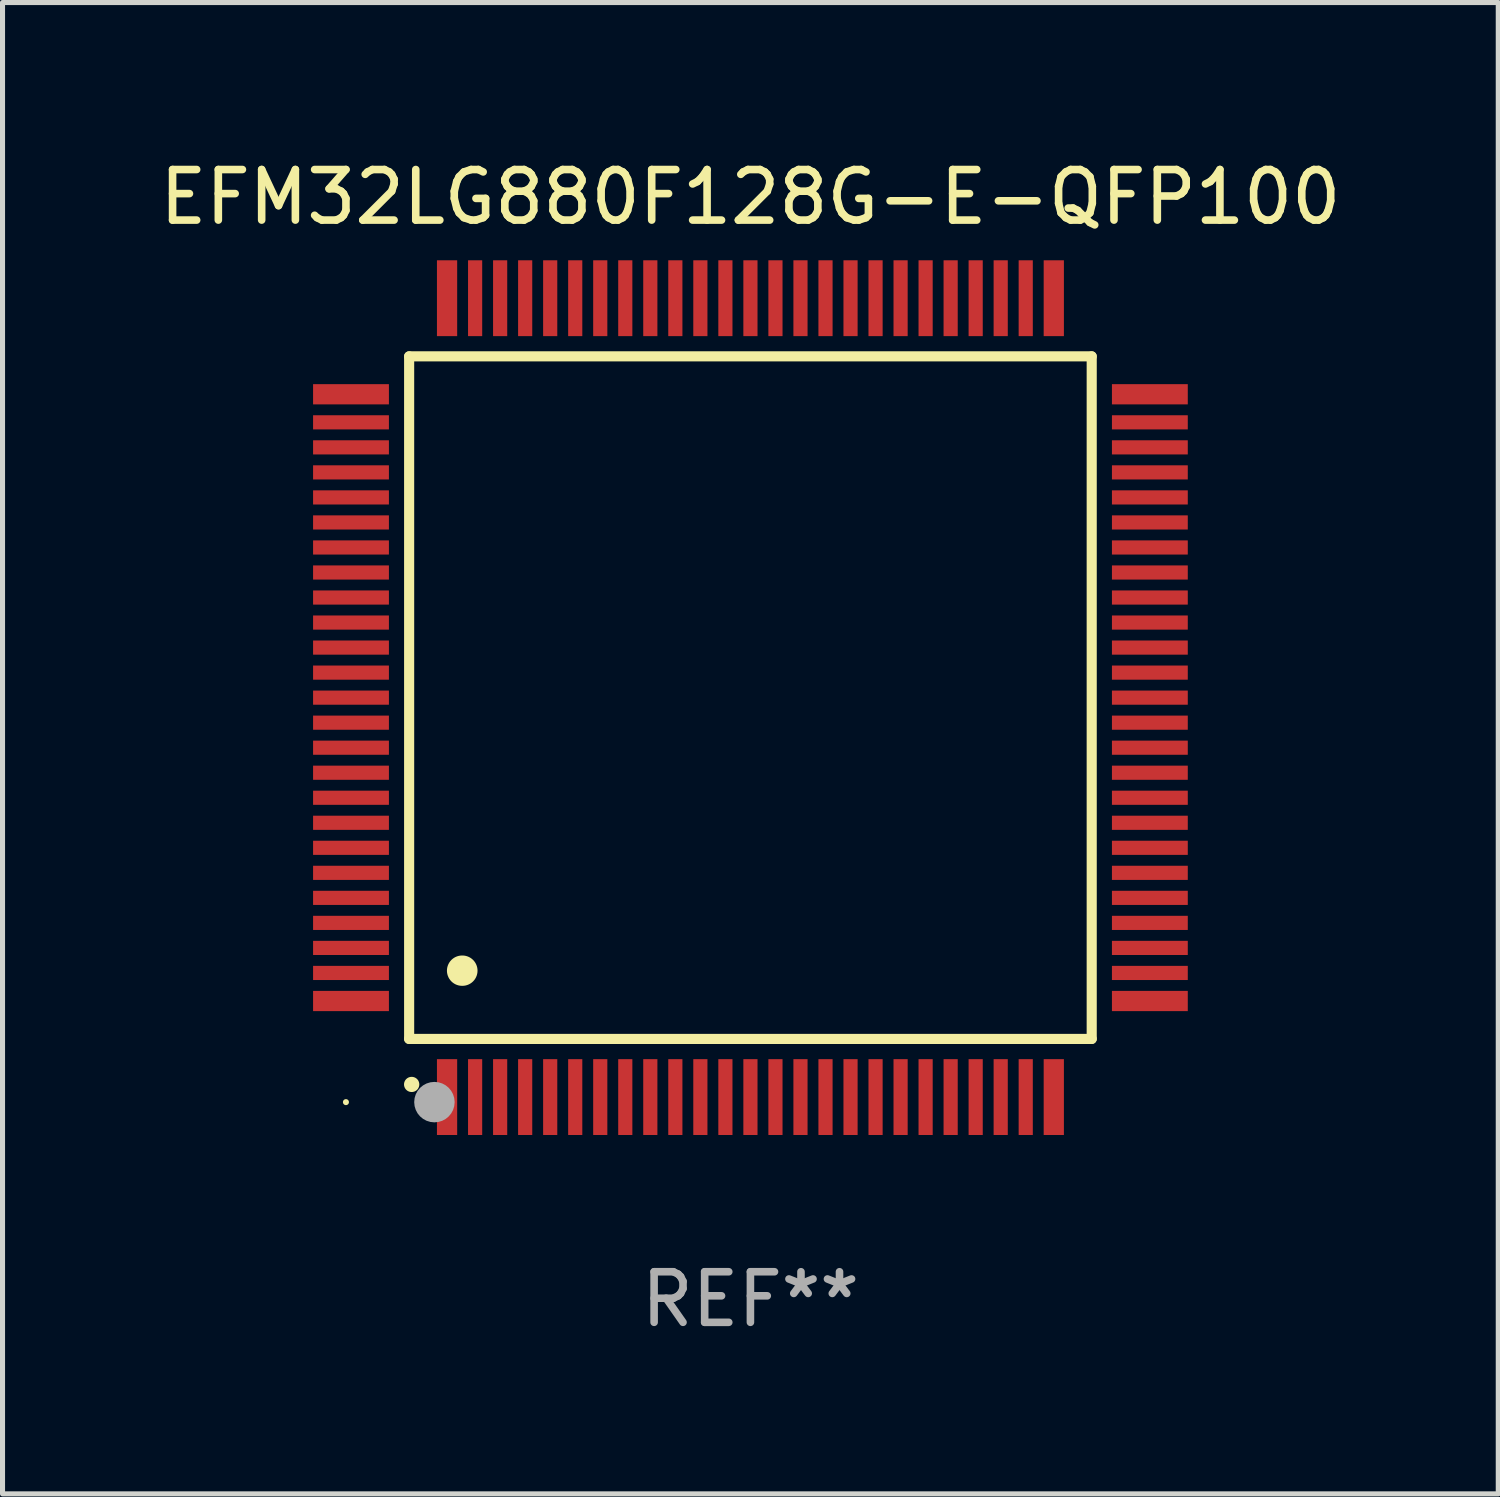
<source format=kicad_pcb>
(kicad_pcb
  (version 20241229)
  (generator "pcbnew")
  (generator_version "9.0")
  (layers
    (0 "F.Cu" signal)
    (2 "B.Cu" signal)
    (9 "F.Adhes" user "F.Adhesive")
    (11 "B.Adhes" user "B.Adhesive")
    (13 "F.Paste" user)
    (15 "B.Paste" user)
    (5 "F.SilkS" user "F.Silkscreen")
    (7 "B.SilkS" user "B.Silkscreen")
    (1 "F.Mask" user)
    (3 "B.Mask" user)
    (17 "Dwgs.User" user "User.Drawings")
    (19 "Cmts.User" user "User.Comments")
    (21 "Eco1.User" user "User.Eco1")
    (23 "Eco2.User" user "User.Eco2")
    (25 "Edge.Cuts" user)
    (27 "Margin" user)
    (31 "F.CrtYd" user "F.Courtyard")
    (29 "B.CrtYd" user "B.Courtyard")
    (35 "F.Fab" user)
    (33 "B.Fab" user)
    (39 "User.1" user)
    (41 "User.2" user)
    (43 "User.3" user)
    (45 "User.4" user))
  (footprint "EFM32LG880F128G-E-QFP100"
    (layer "F.Cu")
    (at 11.792 10.748)
    (property "Reference" "EFM32LG880F128G-E-QFP100" (at 0 -9.9 0) (layer "F.SilkS") (effects (font (size 1 1) (thickness 0.15))))
    (attr through_hole)
    (fp_line (start -6.75 -6.75) (end -6.75 6.75) (stroke (width 0.2) (type solid)) (layer "F.SilkS"))
    (fp_line (start -6.75 6.75) (end 6.75 6.75) (stroke (width 0.2) (type solid)) (layer "F.SilkS"))
    (fp_line (start 6.75 -6.75) (end -6.75 -6.75) (stroke (width 0.2) (type solid)) (layer "F.SilkS"))
    (fp_line (start 6.75 6.75) (end 6.75 -6.75) (stroke (width 0.2) (type solid)) (layer "F.SilkS"))
    (fp_arc (start -6.701321 7.650013) (mid -6.700051 7.650008) (end -6.698781 7.650013) (stroke (width 0.3) (type solid)) (layer "F.SilkS"))
    (fp_arc (start -5.702515 5.400025) (mid -5.699975 5.400014) (end -5.697435 5.400025) (stroke (width 0.6) (type solid)) (layer "F.SilkS"))
    (fp_circle (center -8 8) (end -7.97 8) (stroke (width 0.06) (type solid)) (fill no) (layer "F.SilkS"))
    (fp_circle (center -6.25 8) (end -6.05 8) (stroke (width 0.4) (type solid)) (fill no) (layer "F.Fab"))
    (fp_text user "REF**" (at 0 11.9 0) (layer "F.Fab") (effects (font (size 1 1) (thickness 0.15))))
    (pad "1" smd rect (at -6 7.9 180) (size 0.4 1.5) (layers "F.Cu" "F.Mask" "F.Paste"))
    (pad "2" smd rect (at -5.445 7.9 180) (size 0.28 1.5) (layers "F.Cu" "F.Mask" "F.Paste"))
    (pad "3" smd rect (at -4.95 7.9 180) (size 0.28 1.5) (layers "F.Cu" "F.Mask" "F.Paste"))
    (pad "4" smd rect (at -4.455 7.9 180) (size 0.28 1.5) (layers "F.Cu" "F.Mask" "F.Paste"))
    (pad "5" smd rect (at -3.96 7.9 180) (size 0.28 1.5) (layers "F.Cu" "F.Mask" "F.Paste"))
    (pad "6" smd rect (at -3.465 7.9 180) (size 0.28 1.5) (layers "F.Cu" "F.Mask" "F.Paste"))
    (pad "7" smd rect (at -2.97 7.9 180) (size 0.28 1.5) (layers "F.Cu" "F.Mask" "F.Paste"))
    (pad "8" smd rect (at -2.475 7.9 180) (size 0.28 1.5) (layers "F.Cu" "F.Mask" "F.Paste"))
    (pad "9" smd rect (at -1.98 7.9 180) (size 0.28 1.5) (layers "F.Cu" "F.Mask" "F.Paste"))
    (pad "10" smd rect (at -1.485 7.9 180) (size 0.28 1.5) (layers "F.Cu" "F.Mask" "F.Paste"))
    (pad "11" smd rect (at -0.99 7.9 180) (size 0.28 1.5) (layers "F.Cu" "F.Mask" "F.Paste"))
    (pad "12" smd rect (at -0.495 7.9 180) (size 0.28 1.5) (layers "F.Cu" "F.Mask" "F.Paste"))
    (pad "13" smd rect (at 0.000178 7.9 180) (size 0.28 1.5) (layers "F.Cu" "F.Mask" "F.Paste"))
    (pad "14" smd rect (at 0.495 7.9 180) (size 0.28 1.5) (layers "F.Cu" "F.Mask" "F.Paste"))
    (pad "15" smd rect (at 0.99 7.9 180) (size 0.28 1.5) (layers "F.Cu" "F.Mask" "F.Paste"))
    (pad "16" smd rect (at 1.485 7.9 180) (size 0.28 1.5) (layers "F.Cu" "F.Mask" "F.Paste"))
    (pad "17" smd rect (at 1.98 7.9 180) (size 0.28 1.5) (layers "F.Cu" "F.Mask" "F.Paste"))
    (pad "18" smd rect (at 2.475 7.9 180) (size 0.28 1.5) (layers "F.Cu" "F.Mask" "F.Paste"))
    (pad "19" smd rect (at 2.97 7.9 180) (size 0.28 1.5) (layers "F.Cu" "F.Mask" "F.Paste"))
    (pad "20" smd rect (at 3.465 7.9 180) (size 0.28 1.5) (layers "F.Cu" "F.Mask" "F.Paste"))
    (pad "21" smd rect (at 3.96 7.9 180) (size 0.28 1.5) (layers "F.Cu" "F.Mask" "F.Paste"))
    (pad "22" smd rect (at 4.455 7.9 180) (size 0.28 1.5) (layers "F.Cu" "F.Mask" "F.Paste"))
    (pad "23" smd rect (at 4.95 7.9 180) (size 0.28 1.5) (layers "F.Cu" "F.Mask" "F.Paste"))
    (pad "24" smd rect (at 5.445 7.9 180) (size 0.28 1.5) (layers "F.Cu" "F.Mask" "F.Paste"))
    (pad "25" smd rect (at 6 7.9 180) (size 0.4 1.5) (layers "F.Cu" "F.Mask" "F.Paste"))
    (pad "26" smd rect (at 7.9 6 90) (size 0.4 1.5) (layers "F.Cu" "F.Mask" "F.Paste"))
    (pad "27" smd rect (at 7.9 5.445 90) (size 0.28 1.5) (layers "F.Cu" "F.Mask" "F.Paste"))
    (pad "28" smd rect (at 7.9 4.95 90) (size 0.28 1.5) (layers "F.Cu" "F.Mask" "F.Paste"))
    (pad "29" smd rect (at 7.9 4.455 90) (size 0.28 1.5) (layers "F.Cu" "F.Mask" "F.Paste"))
    (pad "30" smd rect (at 7.9 3.96 90) (size 0.28 1.5) (layers "F.Cu" "F.Mask" "F.Paste"))
    (pad "31" smd rect (at 7.9 3.465 90) (size 0.28 1.5) (layers "F.Cu" "F.Mask" "F.Paste"))
    (pad "32" smd rect (at 7.9 2.97 90) (size 0.28 1.5) (layers "F.Cu" "F.Mask" "F.Paste"))
    (pad "33" smd rect (at 7.9 2.475 90) (size 0.28 1.5) (layers "F.Cu" "F.Mask" "F.Paste"))
    (pad "34" smd rect (at 7.9 1.98 90) (size 0.28 1.5) (layers "F.Cu" "F.Mask" "F.Paste"))
    (pad "35" smd rect (at 7.9 1.485 90) (size 0.28 1.5) (layers "F.Cu" "F.Mask" "F.Paste"))
    (pad "36" smd rect (at 7.9 0.99 90) (size 0.28 1.5) (layers "F.Cu" "F.Mask" "F.Paste"))
    (pad "37" smd rect (at 7.9 0.495 90) (size 0.28 1.5) (layers "F.Cu" "F.Mask" "F.Paste"))
    (pad "38" smd rect (at 7.9 0 90) (size 0.28 1.5) (layers "F.Cu" "F.Mask" "F.Paste"))
    (pad "39" smd rect (at 7.9 -0.495 90) (size 0.28 1.5) (layers "F.Cu" "F.Mask" "F.Paste"))
    (pad "40" smd rect (at 7.9 -0.99 90) (size 0.28 1.5) (layers "F.Cu" "F.Mask" "F.Paste"))
    (pad "41" smd rect (at 7.9 -1.485 90) (size 0.28 1.5) (layers "F.Cu" "F.Mask" "F.Paste"))
    (pad "42" smd rect (at 7.9 -1.98 90) (size 0.28 1.5) (layers "F.Cu" "F.Mask" "F.Paste"))
    (pad "43" smd rect (at 7.9 -2.475 90) (size 0.28 1.5) (layers "F.Cu" "F.Mask" "F.Paste"))
    (pad "44" smd rect (at 7.9 -2.97 90) (size 0.28 1.5) (layers "F.Cu" "F.Mask" "F.Paste"))
    (pad "45" smd rect (at 7.9 -3.465 90) (size 0.28 1.5) (layers "F.Cu" "F.Mask" "F.Paste"))
    (pad "46" smd rect (at 7.9 -3.96 90) (size 0.28 1.5) (layers "F.Cu" "F.Mask" "F.Paste"))
    (pad "47" smd rect (at 7.9 -4.455 90) (size 0.28 1.5) (layers "F.Cu" "F.Mask" "F.Paste"))
    (pad "48" smd rect (at 7.9 -4.95 90) (size 0.28 1.5) (layers "F.Cu" "F.Mask" "F.Paste"))
    (pad "49" smd rect (at 7.9 -5.445 90) (size 0.28 1.5) (layers "F.Cu" "F.Mask" "F.Paste"))
    (pad "50" smd rect (at 7.9 -6 90) (size 0.4 1.5) (layers "F.Cu" "F.Mask" "F.Paste"))
    (pad "51" smd rect (at 6 -7.9 180) (size 0.4 1.5) (layers "F.Cu" "F.Mask" "F.Paste"))
    (pad "52" smd rect (at 5.445 -7.9 180) (size 0.28 1.5) (layers "F.Cu" "F.Mask" "F.Paste"))
    (pad "53" smd rect (at 4.95 -7.9 180) (size 0.28 1.5) (layers "F.Cu" "F.Mask" "F.Paste"))
    (pad "54" smd rect (at 4.455 -7.9 180) (size 0.28 1.5) (layers "F.Cu" "F.Mask" "F.Paste"))
    (pad "55" smd rect (at 3.96 -7.9 180) (size 0.28 1.5) (layers "F.Cu" "F.Mask" "F.Paste"))
    (pad "56" smd rect (at 3.465 -7.9 180) (size 0.28 1.5) (layers "F.Cu" "F.Mask" "F.Paste"))
    (pad "57" smd rect (at 2.97 -7.9 180) (size 0.28 1.5) (layers "F.Cu" "F.Mask" "F.Paste"))
    (pad "58" smd rect (at 2.475 -7.9 180) (size 0.28 1.5) (layers "F.Cu" "F.Mask" "F.Paste"))
    (pad "59" smd rect (at 1.98 -7.9 180) (size 0.28 1.5) (layers "F.Cu" "F.Mask" "F.Paste"))
    (pad "60" smd rect (at 1.485 -7.9 180) (size 0.28 1.5) (layers "F.Cu" "F.Mask" "F.Paste"))
    (pad "61" smd rect (at 0.99 -7.9 180) (size 0.28 1.5) (layers "F.Cu" "F.Mask" "F.Paste"))
    (pad "62" smd rect (at 0.495 -7.9 180) (size 0.28 1.5) (layers "F.Cu" "F.Mask" "F.Paste"))
    (pad "63" smd rect (at 0.000178 -7.9 180) (size 0.28 1.5) (layers "F.Cu" "F.Mask" "F.Paste"))
    (pad "64" smd rect (at -0.495 -7.9 180) (size 0.28 1.5) (layers "F.Cu" "F.Mask" "F.Paste"))
    (pad "65" smd rect (at -0.99 -7.9 180) (size 0.28 1.5) (layers "F.Cu" "F.Mask" "F.Paste"))
    (pad "66" smd rect (at -1.485 -7.9 180) (size 0.28 1.5) (layers "F.Cu" "F.Mask" "F.Paste"))
    (pad "67" smd rect (at -1.98 -7.9 180) (size 0.28 1.5) (layers "F.Cu" "F.Mask" "F.Paste"))
    (pad "68" smd rect (at -2.475 -7.9 180) (size 0.28 1.5) (layers "F.Cu" "F.Mask" "F.Paste"))
    (pad "69" smd rect (at -2.97 -7.9 180) (size 0.28 1.5) (layers "F.Cu" "F.Mask" "F.Paste"))
    (pad "70" smd rect (at -3.465 -7.9 180) (size 0.28 1.5) (layers "F.Cu" "F.Mask" "F.Paste"))
    (pad "71" smd rect (at -3.96 -7.9 180) (size 0.28 1.5) (layers "F.Cu" "F.Mask" "F.Paste"))
    (pad "72" smd rect (at -4.455 -7.9 180) (size 0.28 1.5) (layers "F.Cu" "F.Mask" "F.Paste"))
    (pad "73" smd rect (at -4.95 -7.9 180) (size 0.28 1.5) (layers "F.Cu" "F.Mask" "F.Paste"))
    (pad "74" smd rect (at -5.445 -7.9 180) (size 0.28 1.5) (layers "F.Cu" "F.Mask" "F.Paste"))
    (pad "75" smd rect (at -6 -7.9 180) (size 0.4 1.5) (layers "F.Cu" "F.Mask" "F.Paste"))
    (pad "76" smd rect (at -7.9 -6 90) (size 0.4 1.5) (layers "F.Cu" "F.Mask" "F.Paste"))
    (pad "77" smd rect (at -7.9 -5.445 90) (size 0.28 1.5) (layers "F.Cu" "F.Mask" "F.Paste"))
    (pad "78" smd rect (at -7.9 -4.95 90) (size 0.28 1.5) (layers "F.Cu" "F.Mask" "F.Paste"))
    (pad "79" smd rect (at -7.9 -4.455 90) (size 0.28 1.5) (layers "F.Cu" "F.Mask" "F.Paste"))
    (pad "80" smd rect (at -7.9 -3.96 90) (size 0.28 1.5) (layers "F.Cu" "F.Mask" "F.Paste"))
    (pad "81" smd rect (at -7.9 -3.465 90) (size 0.28 1.5) (layers "F.Cu" "F.Mask" "F.Paste"))
    (pad "82" smd rect (at -7.9 -2.97 90) (size 0.28 1.5) (layers "F.Cu" "F.Mask" "F.Paste"))
    (pad "83" smd rect (at -7.9 -2.475 90) (size 0.28 1.5) (layers "F.Cu" "F.Mask" "F.Paste"))
    (pad "84" smd rect (at -7.9 -1.98 90) (size 0.28 1.5) (layers "F.Cu" "F.Mask" "F.Paste"))
    (pad "85" smd rect (at -7.9 -1.485 90) (size 0.28 1.5) (layers "F.Cu" "F.Mask" "F.Paste"))
    (pad "86" smd rect (at -7.9 -0.99 90) (size 0.28 1.5) (layers "F.Cu" "F.Mask" "F.Paste"))
    (pad "87" smd rect (at -7.9 -0.495 90) (size 0.28 1.5) (layers "F.Cu" "F.Mask" "F.Paste"))
    (pad "88" smd rect (at -7.9 0 90) (size 0.28 1.5) (layers "F.Cu" "F.Mask" "F.Paste"))
    (pad "89" smd rect (at -7.9 0.495 90) (size 0.28 1.5) (layers "F.Cu" "F.Mask" "F.Paste"))
    (pad "90" smd rect (at -7.9 0.99 90) (size 0.28 1.5) (layers "F.Cu" "F.Mask" "F.Paste"))
    (pad "91" smd rect (at -7.9 1.485 90) (size 0.28 1.5) (layers "F.Cu" "F.Mask" "F.Paste"))
    (pad "92" smd rect (at -7.9 1.98 90) (size 0.28 1.5) (layers "F.Cu" "F.Mask" "F.Paste"))
    (pad "93" smd rect (at -7.9 2.475 90) (size 0.28 1.5) (layers "F.Cu" "F.Mask" "F.Paste"))
    (pad "94" smd rect (at -7.9 2.97 90) (size 0.28 1.5) (layers "F.Cu" "F.Mask" "F.Paste"))
    (pad "95" smd rect (at -7.9 3.465 90) (size 0.28 1.5) (layers "F.Cu" "F.Mask" "F.Paste"))
    (pad "96" smd rect (at -7.9 3.96 90) (size 0.28 1.5) (layers "F.Cu" "F.Mask" "F.Paste"))
    (pad "97" smd rect (at -7.9 4.455 90) (size 0.28 1.5) (layers "F.Cu" "F.Mask" "F.Paste"))
    (pad "98" smd rect (at -7.9 4.95 90) (size 0.28 1.5) (layers "F.Cu" "F.Mask" "F.Paste"))
    (pad "99" smd rect (at -7.9 5.445 90) (size 0.28 1.5) (layers "F.Cu" "F.Mask" "F.Paste"))
    (pad "100" smd rect (at -7.9 6 90) (size 0.4 1.5) (layers "F.Cu" "F.Mask" "F.Paste")))
  (gr_rect
    (start -3 -3)
    (end 26.583 26.496)
    (stroke (width 0.1) (type default))
    (fill no)
    (layer "Edge.Cuts")))
</source>
